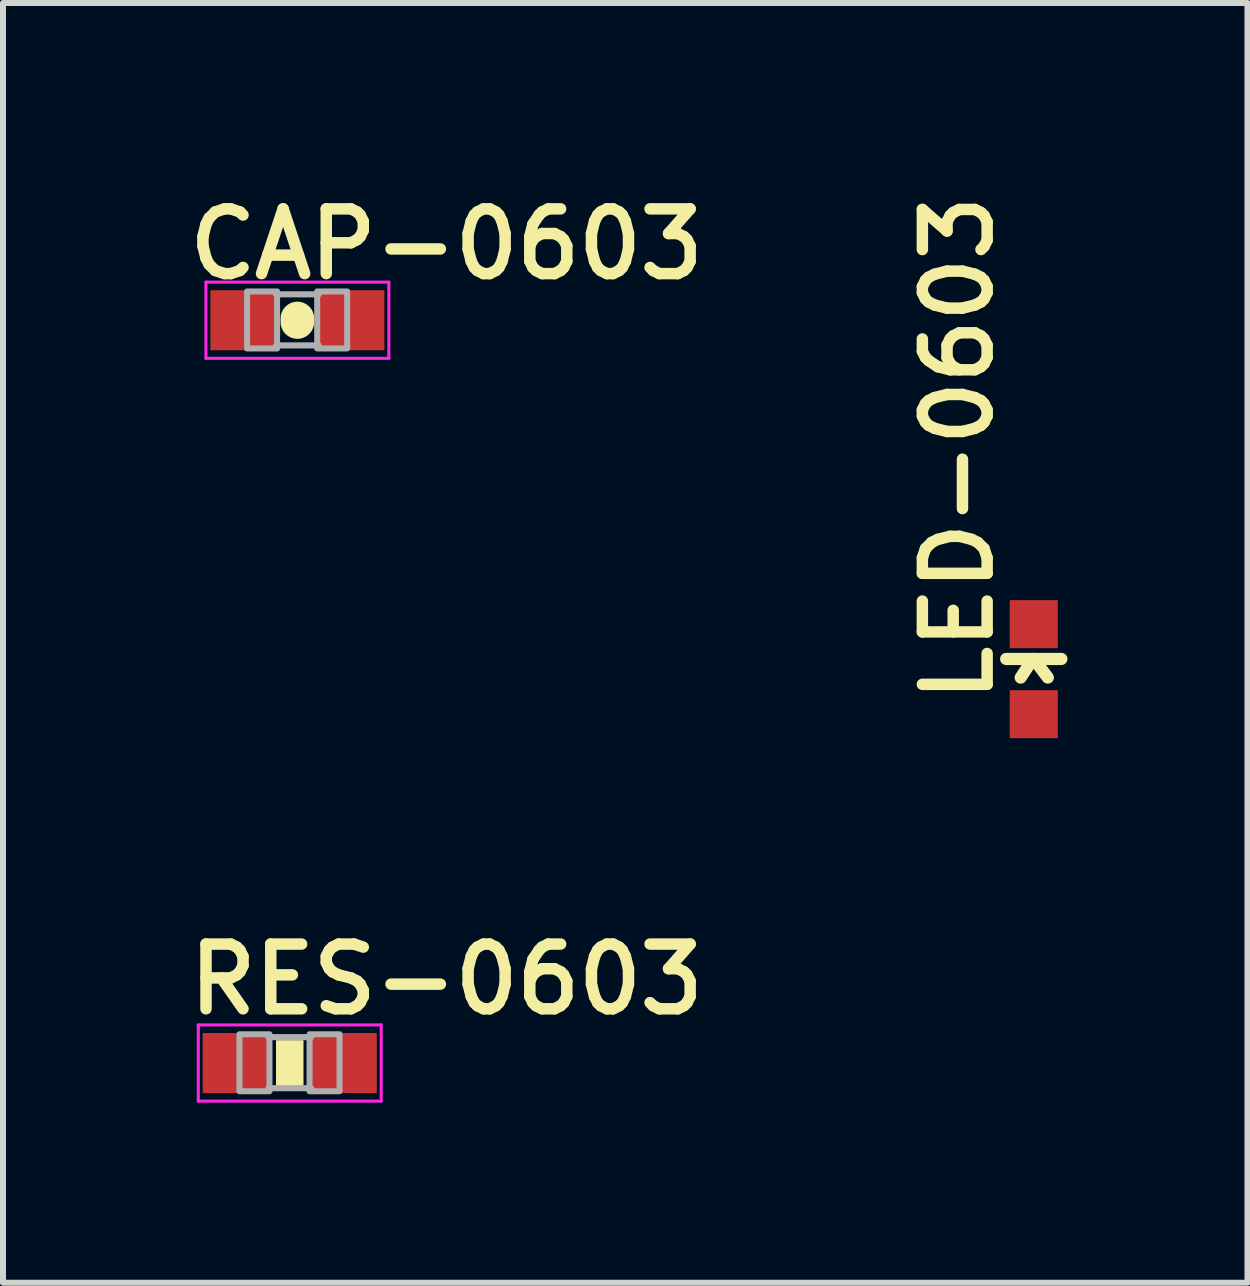
<source format=kicad_pcb>
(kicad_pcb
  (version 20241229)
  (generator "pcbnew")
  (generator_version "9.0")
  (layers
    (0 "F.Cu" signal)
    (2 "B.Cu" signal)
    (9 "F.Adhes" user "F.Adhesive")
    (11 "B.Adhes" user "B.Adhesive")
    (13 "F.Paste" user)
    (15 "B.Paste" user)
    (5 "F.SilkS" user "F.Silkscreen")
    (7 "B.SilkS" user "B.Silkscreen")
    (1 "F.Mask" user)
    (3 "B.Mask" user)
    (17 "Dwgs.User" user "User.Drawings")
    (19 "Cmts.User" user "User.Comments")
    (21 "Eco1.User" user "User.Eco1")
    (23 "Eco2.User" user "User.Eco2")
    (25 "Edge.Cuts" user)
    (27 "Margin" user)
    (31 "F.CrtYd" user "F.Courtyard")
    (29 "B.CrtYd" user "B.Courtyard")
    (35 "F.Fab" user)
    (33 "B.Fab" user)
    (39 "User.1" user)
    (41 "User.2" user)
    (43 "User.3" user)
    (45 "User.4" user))
  (footprint "LED-0603"
    (layer "F.Cu")
    (at 14.175 8.1)
    (property "Reference" "LED-0603" (at -0.635 0.635 90) (unlocked yes) (layer "F.SilkS") (effects (font (size 1.079 1.079) (thickness 0.191)) (justify left bottom)))
    (fp_line (start -0.46 -0.17) (end 0 -0.17) (stroke (width 0.203) (type solid)) (layer "F.SilkS"))
    (fp_line (start -0.025 -0.155) (end -0.218 0.14) (stroke (width 0.203) (type solid)) (layer "F.SilkS"))
    (fp_line (start 0 -0.17) (end 0.234 0.14) (stroke (width 0.203) (type solid)) (layer "F.SilkS"))
    (fp_line (start 0.46 -0.17) (end 0 -0.17) (stroke (width 0.203) (type solid)) (layer "F.SilkS"))
    (pad "A" smd rect (at 0 0.75) (size 0.8 0.8) (layers "F.Cu" "F.Mask" "F.Paste"))
    (pad "C" smd rect (at 0 -0.75) (size 0.8 0.8) (layers "F.Cu" "F.Mask" "F.Paste")))
  (footprint "CAP-0603"
    (layer "F.Cu")
    (at 1.905 2.286)
    (property "Reference" "CAP-0603" (at -1.905 -0.635 0) (unlocked yes) (layer "F.SilkS") (effects (font (size 1.079 1.079) (thickness 0.191)) (justify left bottom)))
    (fp_line (start 0 -0.03) (end 0 0.03) (stroke (width 0.559) (type solid)) (layer "F.SilkS"))
    (fp_line (start -1.524 -0.635) (end 1.524 -0.635) (stroke (width 0.051) (type solid)) (layer "F.CrtYd"))
    (fp_line (start -1.524 0.635) (end -1.524 -0.635) (stroke (width 0.051) (type solid)) (layer "F.CrtYd"))
    (fp_line (start 1.524 -0.635) (end 1.524 0.635) (stroke (width 0.051) (type solid)) (layer "F.CrtYd"))
    (fp_line (start 1.524 0.635) (end -1.524 0.635) (stroke (width 0.051) (type solid)) (layer "F.CrtYd"))
    (fp_line (start -0.356 -0.432) (end 0.356 -0.432) (stroke (width 0.102) (type solid)) (layer "F.Fab"))
    (fp_line (start -0.356 0.419) (end 0.356 0.419) (stroke (width 0.102) (type solid)) (layer "F.Fab"))
    (fp_poly (pts (xy -0.838 0.47) (xy -0.338 0.47) (xy -0.338 -0.48) (xy -0.838 -0.48)) (stroke (width 0.1) (type default)) (fill no) (layer "F.Fab"))
    (fp_poly (pts (xy 0.33 0.47) (xy 0.83 0.47) (xy 0.83 -0.48) (xy 0.33 -0.48)) (stroke (width 0.1) (type default)) (fill no) (layer "F.Fab"))
    (pad "1" smd rect (at -0.9 0) (size 1.1 1) (layers "F.Cu" "F.Mask" "F.Paste"))
    (pad "2" smd rect (at 0.9 0) (size 1.1 1) (layers "F.Cu" "F.Mask" "F.Paste")))
  (footprint "RES-0603"
    (layer "F.Cu")
    (at 1.778 14.663)
    (property "Reference" "RES-0603" (at -1.778 -0.762 0) (unlocked yes) (layer "F.SilkS") (effects (font (size 1.079 1.079) (thickness 0.191)) (justify left bottom)))
    (fp_poly (pts (xy -0.229 0.381) (xy 0.229 0.381) (xy 0.229 -0.381) (xy -0.229 -0.381)) (stroke (width 0) (type default)) (fill yes) (layer "F.SilkS"))
    (fp_line (start -1.524 -0.635) (end 1.524 -0.635) (stroke (width 0.051) (type solid)) (layer "F.CrtYd"))
    (fp_line (start -1.524 0.635) (end -1.524 -0.635) (stroke (width 0.051) (type solid)) (layer "F.CrtYd"))
    (fp_line (start 1.524 -0.635) (end 1.524 0.635) (stroke (width 0.051) (type solid)) (layer "F.CrtYd"))
    (fp_line (start 1.524 0.635) (end -1.524 0.635) (stroke (width 0.051) (type solid)) (layer "F.CrtYd"))
    (fp_line (start -0.356 -0.432) (end 0.356 -0.432) (stroke (width 0.102) (type solid)) (layer "F.Fab"))
    (fp_line (start -0.356 0.419) (end 0.356 0.419) (stroke (width 0.102) (type solid)) (layer "F.Fab"))
    (fp_poly (pts (xy -0.838 0.47) (xy -0.338 0.47) (xy -0.338 -0.48) (xy -0.838 -0.48)) (stroke (width 0.1) (type default)) (fill no) (layer "F.Fab"))
    (fp_poly (pts (xy 0.33 0.47) (xy 0.83 0.47) (xy 0.83 -0.48) (xy 0.33 -0.48)) (stroke (width 0.1) (type default)) (fill no) (layer "F.Fab"))
    (pad "1" smd rect (at -0.9 0) (size 1.1 1) (layers "F.Cu" "F.Mask" "F.Paste"))
    (pad "2" smd rect (at 0.9 0) (size 1.1 1) (layers "F.Cu" "F.Mask" "F.Paste")))
  (gr_rect
    (start -3 -3)
    (end 17.736 18.323)
    (stroke (width 0.1) (type default))
    (fill no)
    (layer "Edge.Cuts")))
</source>
